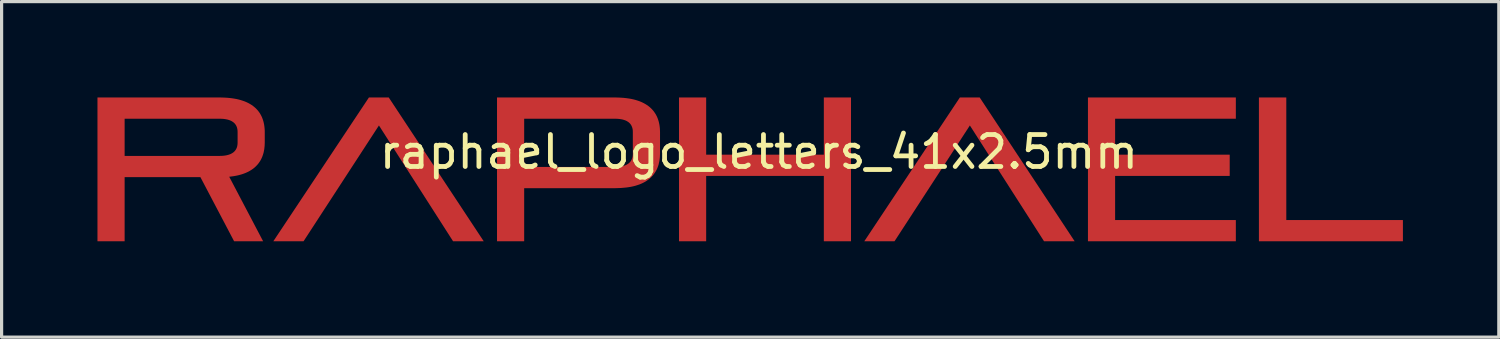
<source format=kicad_pcb>
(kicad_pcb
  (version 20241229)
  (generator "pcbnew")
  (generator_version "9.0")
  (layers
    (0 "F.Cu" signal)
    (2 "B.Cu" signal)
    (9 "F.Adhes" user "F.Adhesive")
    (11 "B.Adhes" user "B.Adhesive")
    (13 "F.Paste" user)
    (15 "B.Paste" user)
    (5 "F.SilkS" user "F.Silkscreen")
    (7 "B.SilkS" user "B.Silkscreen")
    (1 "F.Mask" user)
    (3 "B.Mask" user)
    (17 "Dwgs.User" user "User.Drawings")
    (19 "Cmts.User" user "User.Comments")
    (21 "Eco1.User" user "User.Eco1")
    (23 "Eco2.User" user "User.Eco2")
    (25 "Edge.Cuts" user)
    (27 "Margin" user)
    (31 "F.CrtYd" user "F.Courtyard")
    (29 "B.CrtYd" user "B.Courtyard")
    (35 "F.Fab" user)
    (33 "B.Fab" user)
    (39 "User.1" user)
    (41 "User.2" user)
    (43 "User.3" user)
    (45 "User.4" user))
  (footprint "raphael_logo_letters_41x2.5mm"
    (layer "F.Cu")
    (at 20.698 2.205)
    (property "Reference" "raphael_logo_letters_41x2.5mm" (at 0 -0.5 0) (unlocked yes) (layer "F.SilkS") (effects (font (size 1 1) (thickness 0.15))))
    (attr smd)
    (pad "1" smd custom (at -17.2 0) (size 0.5 0.5) (layers "F.Cu" "F.Mask" "F.Paste") (options (anchor circle)) (primitives (gr_poly (pts (xy -1.55 0.288) (xy -0.277 0.288) (xy 0.778 2.295) (xy 1.686 2.295) (xy 0.625 0.276) (xy 0.698 0.267) (xy 0.769 0.257) (xy 0.837 0.245) (xy 0.902 0.231) (xy 0.964 0.215) (xy 1.024 0.198) (xy 1.081 0.178) (xy 1.136 0.157) (xy 1.187 0.134) (xy 1.237 0.11) (xy 1.283 0.083) (xy 1.328 0.055) (xy 1.37 0.026) (xy 1.409 -0.005) (xy 1.446 -0.038) (xy 1.48 -0.072) (xy 1.513 -0.108) (xy 1.543 -0.145) (xy 1.57 -0.183) (xy 1.596 -0.223) (xy 1.619 -0.264) (xy 1.64 -0.307) (xy 1.659 -0.351) (xy 1.675 -0.396) (xy 1.69 -0.442) (xy 1.703 -0.49) (xy 1.722 -0.588) (xy 1.733 -0.691) (xy 1.737 -0.798) (xy 1.737 -1.118) (xy 1.736 -1.178) (xy 1.732 -1.236) (xy 1.726 -1.294) (xy 1.718 -1.35) (xy 1.707 -1.405) (xy 1.694 -1.458) (xy 1.678 -1.51) (xy 1.66 -1.56) (xy 1.639 -1.609) (xy 1.615 -1.656) (xy 1.589 -1.702) (xy 1.56 -1.745) (xy 1.528 -1.788) (xy 1.493 -1.828) (xy 1.455 -1.867) (xy 1.414 -1.903) (xy 1.37 -1.938) (xy 1.324 -1.971) (xy 1.274 -2.002) (xy 1.221 -2.031) (xy 1.165 -2.058) (xy 1.105 -2.083) (xy 1.042 -2.105) (xy 0.976 -2.126) (xy 0.907 -2.144) (xy 0.834 -2.16) (xy 0.758 -2.173) (xy 0.679 -2.184) (xy 0.595 -2.193) (xy 0.509 -2.199) (xy 0.418 -2.203) (xy 0.324 -2.205) (xy -3.498 -2.205) (xy -3.498 2.295) (xy -2.648 2.295) (xy -2.648 0.288) (xy -1.55 0.288) (xy -1.55 -0.376) (xy -2.648 -0.376) (xy -2.648 -1.54) (xy 0.324 -1.54) (xy 0.394 -1.538) (xy 0.459 -1.533) (xy 0.519 -1.524) (xy 0.574 -1.513) (xy 0.625 -1.497) (xy 0.648 -1.489) (xy 0.671 -1.479) (xy 0.692 -1.469) (xy 0.712 -1.457) (xy 0.731 -1.445) (xy 0.749 -1.433) (xy 0.766 -1.419) (xy 0.782 -1.405) (xy 0.796 -1.39) (xy 0.81 -1.374) (xy 0.822 -1.357) (xy 0.834 -1.34) (xy 0.844 -1.321) (xy 0.853 -1.302) (xy 0.861 -1.283) (xy 0.868 -1.262) (xy 0.874 -1.241) (xy 0.878 -1.219) (xy 0.882 -1.197) (xy 0.885 -1.173) (xy 0.887 -1.124) (xy 0.887 -0.792) (xy 0.886 -0.767) (xy 0.885 -0.743) (xy 0.882 -0.72) (xy 0.878 -0.697) (xy 0.874 -0.675) (xy 0.868 -0.654) (xy 0.861 -0.633) (xy 0.853 -0.614) (xy 0.844 -0.595) (xy 0.834 -0.577) (xy 0.822 -0.559) (xy 0.81 -0.542) (xy 0.796 -0.527) (xy 0.782 -0.511) (xy 0.766 -0.497) (xy 0.749 -0.483) (xy 0.731 -0.471) (xy 0.712 -0.459) (xy 0.692 -0.448) (xy 0.671 -0.437) (xy 0.648 -0.428) (xy 0.625 -0.419) (xy 0.6 -0.411) (xy 0.574 -0.404) (xy 0.547 -0.397) (xy 0.519 -0.392) (xy 0.489 -0.387) (xy 0.459 -0.383) (xy 0.427 -0.38) (xy 0.394 -0.378) (xy 0.36 -0.377) (xy 0.324 -0.376) (xy -1.55 -0.376) (xy -1.55 0.288)) (width 0) (fill yes))))
    (pad "1" smd custom (at -13.6 0.4) (size 0.5 0.5) (layers "F.Cu" "F.Mask" "F.Paste") (options (anchor circle)) (primitives (gr_poly (pts (xy 4.989 1.895) (xy 2.017 -2.605) (xy 1.397 -2.605) (xy -1.595 1.895) (xy -0.649 1.895) (xy 1.71 -1.729) (xy 4.03 1.895) (xy 4.989 1.895)) (width 0) (fill yes))))
    (pad "1" smd custom (at -7.8 0.2) (size 0.5 0.5) (layers "F.Cu" "F.Mask" "F.Paste") (options (anchor circle)) (primitives (gr_poly (pts (xy 1.524 0.434) (xy 3.293 0.434) (xy 3.477 0.428) (xy 3.647 0.413) (xy 3.727 0.402) (xy 3.803 0.389) (xy 3.876 0.373) (xy 3.945 0.355) (xy 4.011 0.334) (xy 4.074 0.312) (xy 4.133 0.287) (xy 4.189 0.26) (xy 4.242 0.231) (xy 4.292 0.2) (xy 4.339 0.167) (xy 4.383 0.132) (xy 4.423 0.096) (xy 4.461 0.057) (xy 4.496 0.017) (xy 4.528 -0.026) (xy 4.557 -0.069) (xy 4.584 -0.115) (xy 4.608 -0.162) (xy 4.629 -0.211) (xy 4.647 -0.261) (xy 4.663 -0.313) (xy 4.687 -0.421) (xy 4.701 -0.535) (xy 4.706 -0.653) (xy 4.706 -1.318) (xy 4.704 -1.378) (xy 4.701 -1.436) (xy 4.695 -1.494) (xy 4.687 -1.55) (xy 4.676 -1.605) (xy 4.663 -1.658) (xy 4.647 -1.71) (xy 4.629 -1.76) (xy 4.608 -1.809) (xy 4.584 -1.856) (xy 4.557 -1.902) (xy 4.528 -1.945) (xy 4.496 -1.988) (xy 4.461 -2.028) (xy 4.423 -2.067) (xy 4.383 -2.103) (xy 4.339 -2.138) (xy 4.292 -2.171) (xy 4.242 -2.202) (xy 4.189 -2.231) (xy 4.133 -2.258) (xy 4.074 -2.283) (xy 4.011 -2.305) (xy 3.945 -2.326) (xy 3.876 -2.344) (xy 3.803 -2.36) (xy 3.727 -2.373) (xy 3.647 -2.384) (xy 3.564 -2.393) (xy 3.477 -2.399) (xy 3.387 -2.403) (xy 3.293 -2.405) (xy -0.395 -2.405) (xy -0.395 2.095) (xy 0.455 2.095) (xy 0.455 0.434) (xy 1.524 0.434) (xy 1.524 -0.231) (xy 0.455 -0.231) (xy 0.455 -1.74) (xy 3.293 -1.74) (xy 3.362 -1.738) (xy 3.427 -1.733) (xy 3.487 -1.724) (xy 3.543 -1.713) (xy 3.593 -1.697) (xy 3.617 -1.689) (xy 3.639 -1.679) (xy 3.661 -1.669) (xy 3.681 -1.657) (xy 3.7 -1.645) (xy 3.718 -1.633) (xy 3.735 -1.619) (xy 3.75 -1.605) (xy 3.765 -1.59) (xy 3.779 -1.574) (xy 3.791 -1.557) (xy 3.802 -1.54) (xy 3.812 -1.521) (xy 3.821 -1.502) (xy 3.829 -1.483) (xy 3.836 -1.462) (xy 3.842 -1.441) (xy 3.847 -1.419) (xy 3.851 -1.397) (xy 3.853 -1.373) (xy 3.855 -1.324) (xy 3.855 -0.647) (xy 3.855 -0.622) (xy 3.853 -0.598) (xy 3.851 -0.574) (xy 3.847 -0.552) (xy 3.842 -0.53) (xy 3.836 -0.509) (xy 3.829 -0.488) (xy 3.821 -0.469) (xy 3.812 -0.45) (xy 3.802 -0.431) (xy 3.791 -0.414) (xy 3.779 -0.397) (xy 3.765 -0.381) (xy 3.75 -0.366) (xy 3.735 -0.352) (xy 3.718 -0.338) (xy 3.7 -0.326) (xy 3.681 -0.314) (xy 3.661 -0.302) (xy 3.639 -0.292) (xy 3.617 -0.282) (xy 3.593 -0.274) (xy 3.569 -0.266) (xy 3.543 -0.258) (xy 3.515 -0.252) (xy 3.487 -0.247) (xy 3.458 -0.242) (xy 3.427 -0.238) (xy 3.395 -0.235) (xy 3.362 -0.233) (xy 3.328 -0.232) (xy 3.293 -0.231) (xy 1.524 -0.231) (xy 1.524 0.434)) (width 0) (fill yes))))
    (pad "1" smd custom (at -1.4 -0.074) (size 0.5 0.5) (layers "F.Cu" "F.Mask" "F.Paste") (options (anchor circle)) (primitives (gr_poly (pts (xy 4.282 2.369) (xy 4.282 -2.131) (xy 3.432 -2.131) (xy 3.432 -0.341) (xy -0.25 -0.341) (xy -0.25 -2.131) (xy -1.1 -2.131) (xy -1.1 2.369) (xy -0.25 2.369) (xy -0.25 0.324) (xy 3.432 0.324) (xy 3.432 2.369) (xy 4.282 2.369)) (width 0) (fill yes))))
    (pad "1" smd custom (at 5.2 0.25) (size 0.5 0.5) (layers "F.Cu" "F.Mask" "F.Paste") (options (anchor circle)) (primitives (gr_poly (pts (xy 4.681 2.045) (xy 1.709 -2.455) (xy 1.089 -2.455) (xy -1.902 2.045) (xy -0.956 2.045) (xy 1.402 -1.579) (xy 3.723 2.045) (xy 4.681 2.045)) (width 0) (fill yes))))
    (pad "1" smd custom (at 10.8 0.25) (size 0.5 0.5) (layers "F.Cu" "F.Mask" "F.Paste") (options (anchor circle)) (primitives (gr_poly (pts (xy 4.125 2.045) (xy 4.125 1.381) (xy 0.347 1.381) (xy 0.347 0) (xy 3.933 0) (xy 3.933 -0.665) (xy 0.347 -0.665) (xy 0.347 -1.79) (xy 4.125 -1.79) (xy 4.125 -2.455) (xy -0.503 -2.455) (xy -0.503 2.045) (xy 4.125 2.045)) (width 0) (fill yes))))
    (pad "1" smd custom (at 16 0.25) (size 0.5 0.5) (layers "F.Cu" "F.Mask" "F.Paste") (options (anchor circle)) (primitives (gr_poly (pts (xy 4.153 2.045) (xy 4.153 1.381) (xy 0.504 1.381) (xy 0.504 -2.455) (xy -0.353 -2.455) (xy -0.353 2.045) (xy 4.153 2.045)) (width 0) (fill yes)))))
  (gr_rect
    (start -3 -3)
    (end 43.852 7.5)
    (stroke (width 0.1) (type default))
    (fill no)
    (layer "Edge.Cuts")))
</source>
